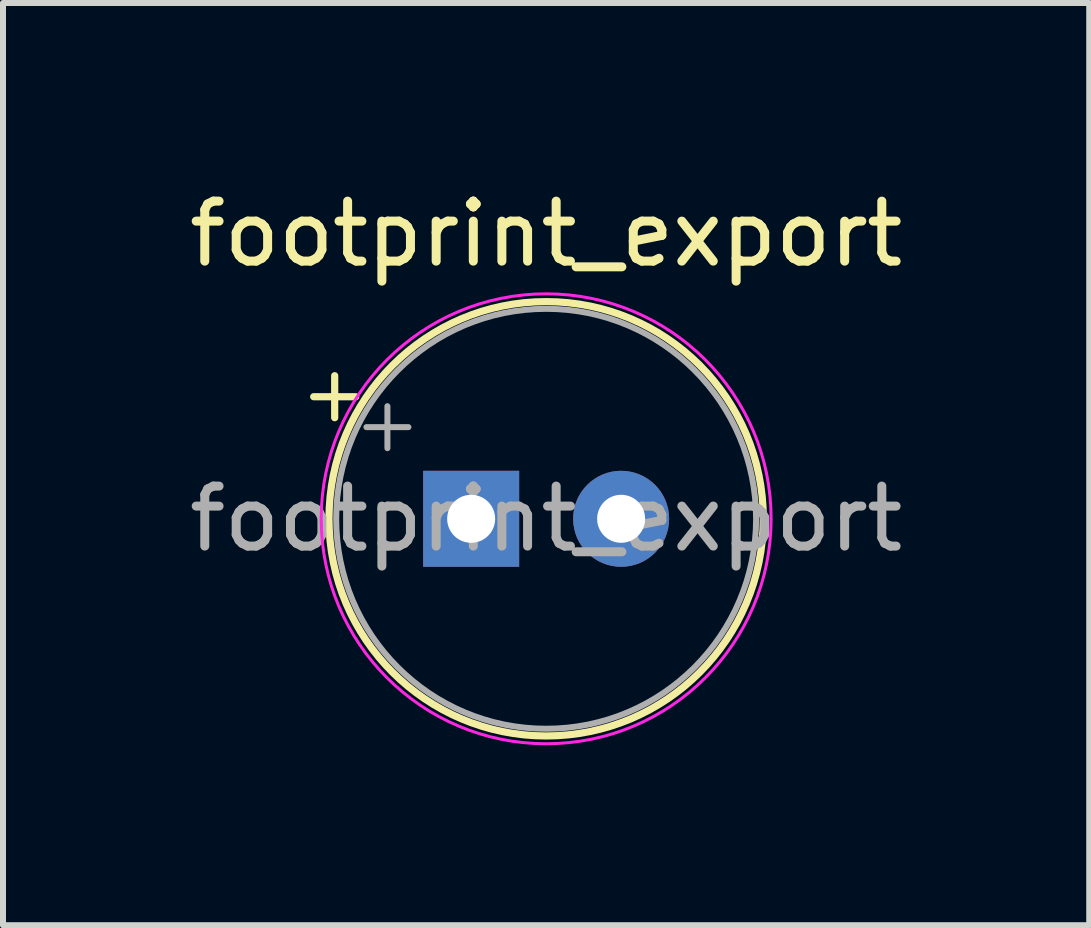
<source format=kicad_pcb>
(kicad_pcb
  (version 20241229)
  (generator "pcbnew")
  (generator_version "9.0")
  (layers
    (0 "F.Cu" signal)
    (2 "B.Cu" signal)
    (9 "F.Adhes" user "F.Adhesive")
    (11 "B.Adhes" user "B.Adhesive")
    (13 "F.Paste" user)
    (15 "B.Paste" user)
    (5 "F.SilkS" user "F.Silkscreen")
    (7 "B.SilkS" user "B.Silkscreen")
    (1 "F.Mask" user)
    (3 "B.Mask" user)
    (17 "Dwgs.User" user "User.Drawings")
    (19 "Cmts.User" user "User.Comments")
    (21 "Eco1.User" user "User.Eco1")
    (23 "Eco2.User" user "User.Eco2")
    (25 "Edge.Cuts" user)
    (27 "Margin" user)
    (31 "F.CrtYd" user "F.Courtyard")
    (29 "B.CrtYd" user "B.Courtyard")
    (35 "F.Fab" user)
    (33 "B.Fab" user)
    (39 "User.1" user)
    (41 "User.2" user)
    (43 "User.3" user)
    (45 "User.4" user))
  (footprint "footprint_export"
    (layer "F.Cu")
    (at 4.804 5.598)
    (property "Reference" "footprint_export" (at 1.25 -4.75 0) (layer "F.SilkS") (effects (font (size 1 1) (thickness 0.15))))
    (attr through_hole)
    (fp_line (start -2.625 -2.035) (end -1.925 -2.035) (stroke (width 0.12) (type solid)) (layer "F.SilkS"))
    (fp_line (start -2.275 -2.385) (end -2.275 -1.685) (stroke (width 0.12) (type solid)) (layer "F.SilkS"))
    (fp_circle (center 1.25 0) (end 4.87 0) (stroke (width 0.12) (type solid)) (fill no) (layer "F.SilkS"))
    (fp_circle (center 1.25 0) (end 5 0) (stroke (width 0.05) (type solid)) (fill no) (layer "F.CrtYd"))
    (fp_line (start -1.746 -1.528) (end -1.046 -1.528) (stroke (width 0.1) (type solid)) (layer "F.Fab"))
    (fp_line (start -1.396 -1.877) (end -1.396 -1.177) (stroke (width 0.1) (type solid)) (layer "F.Fab"))
    (fp_circle (center 1.25 0) (end 4.75 0) (stroke (width 0.1) (type solid)) (fill no) (layer "F.Fab"))
    (fp_text user "${REFERENCE}" (at 1.25 0 0) (layer "F.Fab") (effects (font (size 1 1) (thickness 0.15))))
    (pad "1" thru_hole rect (at 0 0) (size 1.6 1.6) (drill 0.8) (layers "*.Cu" "*.Mask"))
    (pad "2" thru_hole circle (at 2.5 0) (size 1.6 1.6) (drill 0.8) (layers "*.Cu" "*.Mask")))
  (gr_rect
    (start -3 -3)
    (end 15.107 12.373)
    (stroke (width 0.1) (type default))
    (fill no)
    (layer "Edge.Cuts")))
</source>
